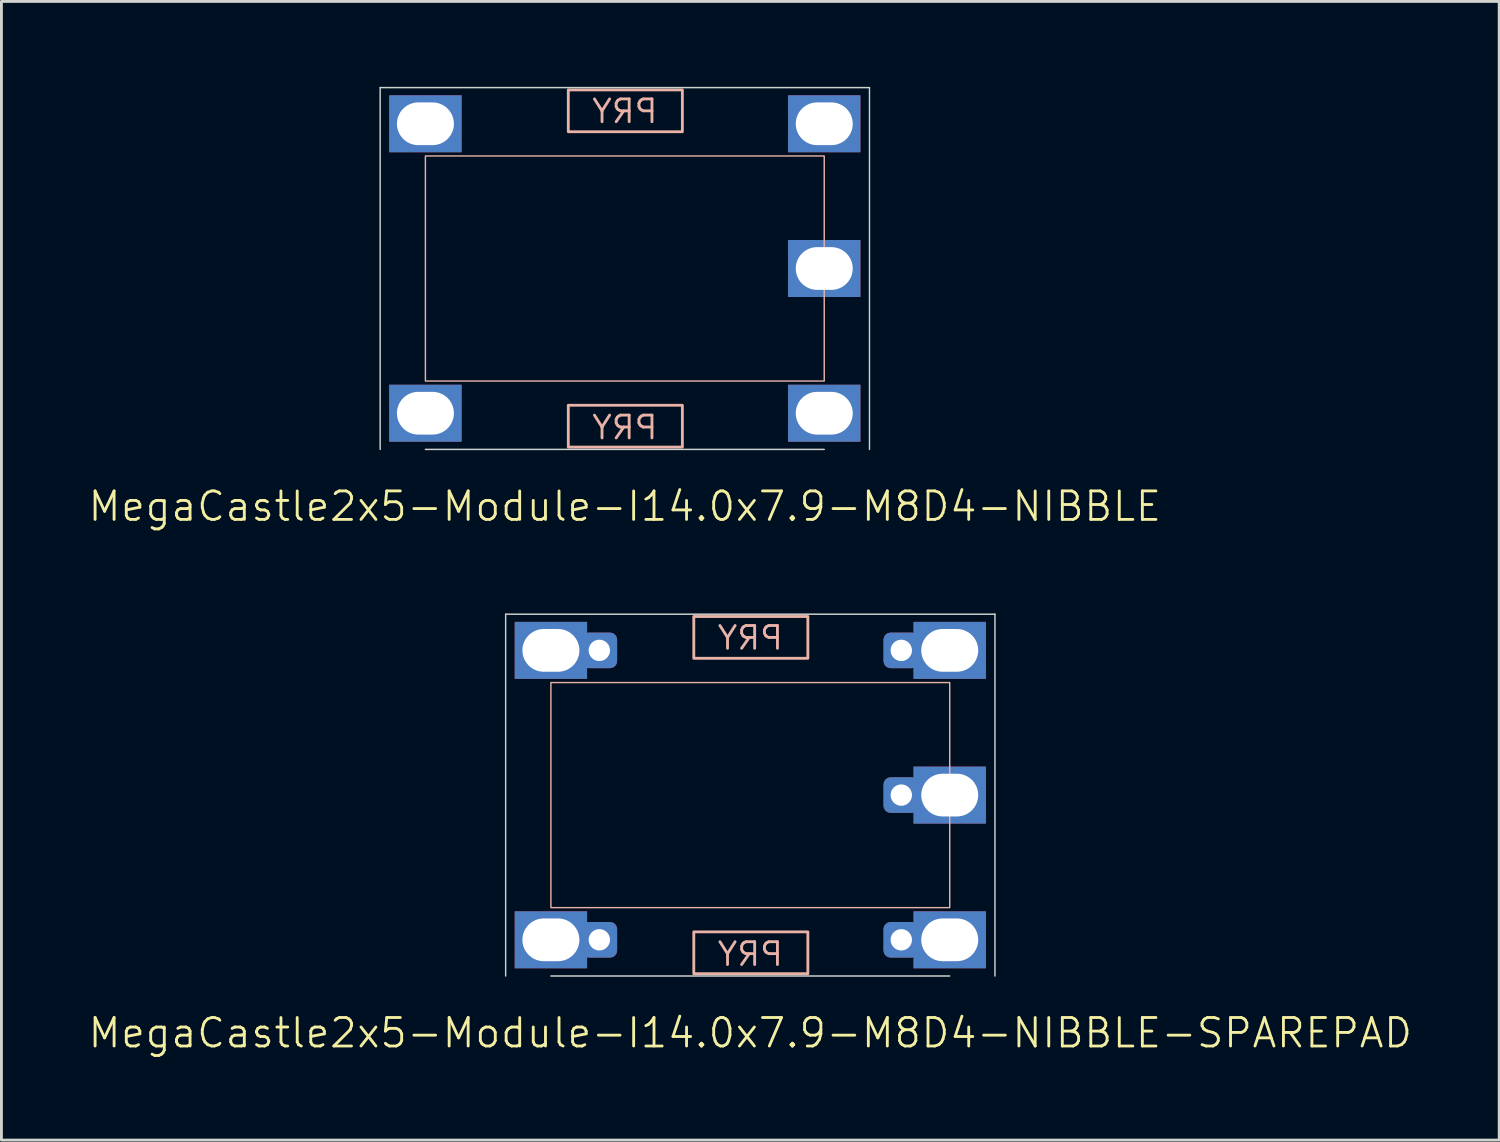
<source format=kicad_pcb>
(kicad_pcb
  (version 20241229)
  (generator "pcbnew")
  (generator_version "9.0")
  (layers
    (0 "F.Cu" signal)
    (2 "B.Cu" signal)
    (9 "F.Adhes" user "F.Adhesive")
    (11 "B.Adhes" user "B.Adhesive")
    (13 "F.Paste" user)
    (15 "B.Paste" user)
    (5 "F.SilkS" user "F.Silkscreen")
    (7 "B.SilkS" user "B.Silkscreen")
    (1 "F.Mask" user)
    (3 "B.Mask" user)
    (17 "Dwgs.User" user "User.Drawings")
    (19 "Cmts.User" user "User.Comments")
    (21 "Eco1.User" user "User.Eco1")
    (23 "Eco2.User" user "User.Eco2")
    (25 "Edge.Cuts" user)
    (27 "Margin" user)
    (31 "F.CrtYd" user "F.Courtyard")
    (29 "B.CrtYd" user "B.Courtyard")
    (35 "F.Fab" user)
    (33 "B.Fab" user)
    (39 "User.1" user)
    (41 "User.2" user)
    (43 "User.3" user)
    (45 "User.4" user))
  (footprint "MegaCastle2x5-Module-I14.0x7.9-M8D4-NIBBLE-SPAREPAD"
    (layer "F.Cu")
    (at 23.288 24.86)
    (property "Reference" "MegaCastle2x5-Module-I14.0x7.9-M8D4-NIBBLE-SPAREPAD" (at 0 8.35 0) (unlocked yes) (layer "F.SilkS") (effects (font (size 1 1) (thickness 0.1))))
    (attr smd)
    (fp_rect (start -7 3.95) (end 7 -3.95) (stroke (width 0.05) (type default)) (fill no) (layer "B.SilkS"))
    (fp_rect (start -1.984 -4.801) (end 2.02 -6.27) (stroke (width 0.1) (type default)) (fill no) (layer "B.SilkS"))
    (fp_rect (start -1.984 4.801) (end 2.02 6.27) (stroke (width 0.1) (type default)) (fill no) (layer "B.SilkS"))
    (fp_line (start -8.588 -6.35) (end -8.588 6.35) (stroke (width 0.05) (type default)) (layer "Edge.Cuts"))
    (fp_line (start -8.588 -6.35) (end 8.588 -6.35) (stroke (width 0.05) (type default)) (layer "Edge.Cuts"))
    (fp_line (start -7 6.35) (end 7 6.35) (stroke (width 0.05) (type default)) (layer "Edge.Cuts"))
    (fp_line (start 8.588 -6.35) (end 8.588 6.35) (stroke (width 0.05) (type default)) (layer "Edge.Cuts"))
    (fp_text user "PRY" (at 0 -5.05 0) (unlocked yes) (layer "B.SilkS") (effects (font (size 0.8 0.8) (thickness 0.1)) (justify bottom mirror)))
    (fp_text user "PRY" (at 0 6.05 0) (unlocked yes) (layer "B.SilkS") (effects (font (size 0.8 0.8) (thickness 0.1)) (justify bottom mirror)))
    (pad "1" thru_hole rect (at -7 -5.08) (size 2.54 2) (drill oval 2 1.5) (property pad_prop_castellated) (layers "*.Cu" "*.Mask"))
    (pad "1" thru_hole roundrect (at -5.3 -5.08 180) (size 1.25 1.25) (drill 0.75) (layers "*.Cu" "*.Mask") (roundrect_rratio 0.2))
    (pad "5" thru_hole rect (at -7 5.08) (size 2.54 2) (drill oval 2 1.5) (property pad_prop_castellated) (layers "*.Cu" "*.Mask"))
    (pad "5" thru_hole roundrect (at -5.3 5.08 180) (size 1.25 1.25) (drill 0.75) (layers "*.Cu" "*.Mask") (roundrect_rratio 0.2))
    (pad "6" thru_hole roundrect (at 5.3 -5.08 180) (size 1.25 1.25) (drill 0.75) (layers "*.Cu" "*.Mask") (roundrect_rratio 0.2))
    (pad "6" thru_hole rect (at 7 -5.08) (size 2.54 2) (drill oval 2 1.5) (property pad_prop_castellated) (layers "*.Cu" "*.Mask"))
    (pad "8" thru_hole roundrect (at 5.3 0 180) (size 1.25 1.25) (drill 0.75) (layers "*.Cu" "*.Mask") (roundrect_rratio 0.2))
    (pad "8" thru_hole rect (at 7 0) (size 2.54 2) (drill oval 2 1.5) (property pad_prop_castellated) (layers "*.Cu" "*.Mask"))
    (pad "10" thru_hole roundrect (at 5.3 5.08 180) (size 1.25 1.25) (drill 0.75) (layers "*.Cu" "*.Mask") (roundrect_rratio 0.2))
    (pad "10" thru_hole rect (at 7 5.08) (size 2.54 2) (drill oval 2 1.5) (property pad_prop_castellated) (layers "*.Cu" "*.Mask"))
    (zone (net_name "") (layer "B.Cu") (hatch edge 0.5) (connect_pads) (min_thickness 0.25) (filled_areas_thickness no) (keepout (tracks allowed) (vias allowed) (pads allowed) (copperpour allowed) (footprints not_allowed)) (placement (enabled no)) (fill) (polygon (pts (xy 16.288 31.21) (xy 16.288 18.511))))
    (zone (net_name "") (layer "B.Cu") (hatch edge 0.5) (connect_pads) (min_thickness 0.25) (filled_areas_thickness no) (keepout (tracks allowed) (vias allowed) (pads allowed) (copperpour allowed) (footprints not_allowed)) (placement (enabled no)) (fill) (polygon (pts (xy 30.288 31.21) (xy 30.288 18.511))))
    (zone (net_name "") (layer "B.Cu") (hatch edge 0.5) (connect_pads) (min_thickness 0.25) (filled_areas_thickness no) (keepout (tracks allowed) (vias allowed) (pads allowed) (copperpour allowed) (footprints not_allowed)) (placement (enabled no)) (fill) (polygon (pts (xy 16.288 18.511) (xy 16.288 20.91) (xy 30.288 20.91) (xy 30.288 18.511))))
    (zone (net_name "") (layer "B.Cu") (hatch edge 0.5) (connect_pads) (min_thickness 0.25) (filled_areas_thickness no) (keepout (tracks allowed) (vias allowed) (pads allowed) (copperpour allowed) (footprints not_allowed)) (placement (enabled no)) (fill) (polygon (pts (xy 16.288 31.21) (xy 16.288 28.811) (xy 30.288 28.811) (xy 30.288 31.21))))
    (zone (net_name "") (layer "B.Cu") (name "Upper Pry Zone") (hatch edge 0.5) (connect_pads) (min_thickness 0.25) (filled_areas_thickness no) (keepout (tracks not_allowed) (vias not_allowed) (pads not_allowed) (copperpour allowed) (footprints not_allowed)) (placement (enabled no)) (fill) (polygon (pts (xy 21.304 20.059) (xy 21.304 18.59) (xy 25.308 18.59) (xy 25.308 20.059))))
    (zone (net_name "") (layer "B.Cu") (name "Upper Pry Zone") (hatch edge 0.5) (connect_pads) (min_thickness 0.25) (filled_areas_thickness no) (keepout (tracks not_allowed) (vias not_allowed) (pads not_allowed) (copperpour allowed) (footprints not_allowed)) (placement (enabled no)) (fill) (polygon (pts (xy 21.304 29.662) (xy 21.304 31.131) (xy 25.308 31.131) (xy 25.308 29.662)))))
  (footprint "MegaCastle2x5-Module-I14.0x7.9-M8D4-NIBBLE"
    (layer "F.Cu")
    (at 18.883 6.375)
    (property "Reference" "MegaCastle2x5-Module-I14.0x7.9-M8D4-NIBBLE" (at 0 8.35 0) (unlocked yes) (layer "F.SilkS") (effects (font (size 1 1) (thickness 0.1))))
    (attr smd)
    (fp_rect (start -7 3.95) (end 7 -3.95) (stroke (width 0.05) (type default)) (fill no) (layer "B.SilkS"))
    (fp_rect (start -1.984 -4.801) (end 2.02 -6.27) (stroke (width 0.1) (type default)) (fill no) (layer "B.SilkS"))
    (fp_rect (start -1.984 4.801) (end 2.02 6.27) (stroke (width 0.1) (type default)) (fill no) (layer "B.SilkS"))
    (fp_line (start -8.588 -6.35) (end -8.588 6.35) (stroke (width 0.05) (type default)) (layer "Edge.Cuts"))
    (fp_line (start -8.588 -6.35) (end 8.588 -6.35) (stroke (width 0.05) (type default)) (layer "Edge.Cuts"))
    (fp_line (start -7 6.35) (end 7 6.35) (stroke (width 0.05) (type default)) (layer "Edge.Cuts"))
    (fp_line (start 8.588 -6.35) (end 8.588 6.35) (stroke (width 0.05) (type default)) (layer "Edge.Cuts"))
    (fp_text user "PRY" (at 0 6.05 0) (unlocked yes) (layer "B.SilkS") (effects (font (size 0.8 0.8) (thickness 0.1)) (justify bottom mirror)))
    (fp_text user "PRY" (at 0 -5.05 0) (unlocked yes) (layer "B.SilkS") (effects (font (size 0.8 0.8) (thickness 0.1)) (justify bottom mirror)))
    (pad "1" thru_hole rect (at -7 -5.08) (size 2.54 2) (drill oval 2 1.5) (property pad_prop_castellated) (layers "*.Cu" "*.Mask"))
    (pad "5" thru_hole rect (at -7 5.08) (size 2.54 2) (drill oval 2 1.5) (property pad_prop_castellated) (layers "*.Cu" "*.Mask"))
    (pad "6" thru_hole rect (at 7 -5.08) (size 2.54 2) (drill oval 2 1.5) (property pad_prop_castellated) (layers "*.Cu" "*.Mask"))
    (pad "8" thru_hole rect (at 7 0) (size 2.54 2) (drill oval 2 1.5) (property pad_prop_castellated) (layers "*.Cu" "*.Mask"))
    (pad "10" thru_hole rect (at 7 5.08) (size 2.54 2) (drill oval 2 1.5) (property pad_prop_castellated) (layers "*.Cu" "*.Mask"))
    (zone (net_name "") (layer "B.Cu") (hatch edge 0.5) (connect_pads) (min_thickness 0.25) (filled_areas_thickness no) (keepout (tracks allowed) (vias allowed) (pads allowed) (copperpour allowed) (footprints not_allowed)) (placement (enabled no)) (fill) (polygon (pts (xy 11.883 12.725) (xy 11.883 0.025))))
    (zone (net_name "") (layer "B.Cu") (hatch edge 0.5) (connect_pads) (min_thickness 0.25) (filled_areas_thickness no) (keepout (tracks allowed) (vias allowed) (pads allowed) (copperpour allowed) (footprints not_allowed)) (placement (enabled no)) (fill) (polygon (pts (xy 25.883 12.725) (xy 25.883 0.025))))
    (zone (net_name "") (layer "B.Cu") (hatch edge 0.5) (connect_pads) (min_thickness 0.25) (filled_areas_thickness no) (keepout (tracks allowed) (vias allowed) (pads allowed) (copperpour allowed) (footprints not_allowed)) (placement (enabled no)) (fill) (polygon (pts (xy 11.883 0.025) (xy 11.883 2.425) (xy 25.883 2.425) (xy 25.883 0.025))))
    (zone (net_name "") (layer "B.Cu") (hatch edge 0.5) (connect_pads) (min_thickness 0.25) (filled_areas_thickness no) (keepout (tracks allowed) (vias allowed) (pads allowed) (copperpour allowed) (footprints not_allowed)) (placement (enabled no)) (fill) (polygon (pts (xy 11.883 12.725) (xy 11.883 10.325) (xy 25.883 10.325) (xy 25.883 12.725))))
    (zone (net_name "") (layer "B.Cu") (name "Upper Pry Zone") (hatch edge 0.5) (connect_pads) (min_thickness 0.25) (filled_areas_thickness no) (keepout (tracks not_allowed) (vias not_allowed) (pads not_allowed) (copperpour allowed) (footprints not_allowed)) (placement (enabled no)) (fill) (polygon (pts (xy 16.899 1.574) (xy 16.899 0.105) (xy 20.903 0.105) (xy 20.903 1.574))))
    (zone (net_name "") (layer "B.Cu") (name "Upper Pry Zone") (hatch edge 0.5) (connect_pads) (min_thickness 0.25) (filled_areas_thickness no) (keepout (tracks not_allowed) (vias not_allowed) (pads not_allowed) (copperpour allowed) (footprints not_allowed)) (placement (enabled no)) (fill) (polygon (pts (xy 16.899 11.176) (xy 16.899 12.645) (xy 20.903 12.645) (xy 20.903 11.176)))))
  (gr_rect
    (start -3 -3)
    (end 49.576 36.971)
    (stroke (width 0.1) (type default))
    (fill no)
    (layer "Edge.Cuts")))
</source>
